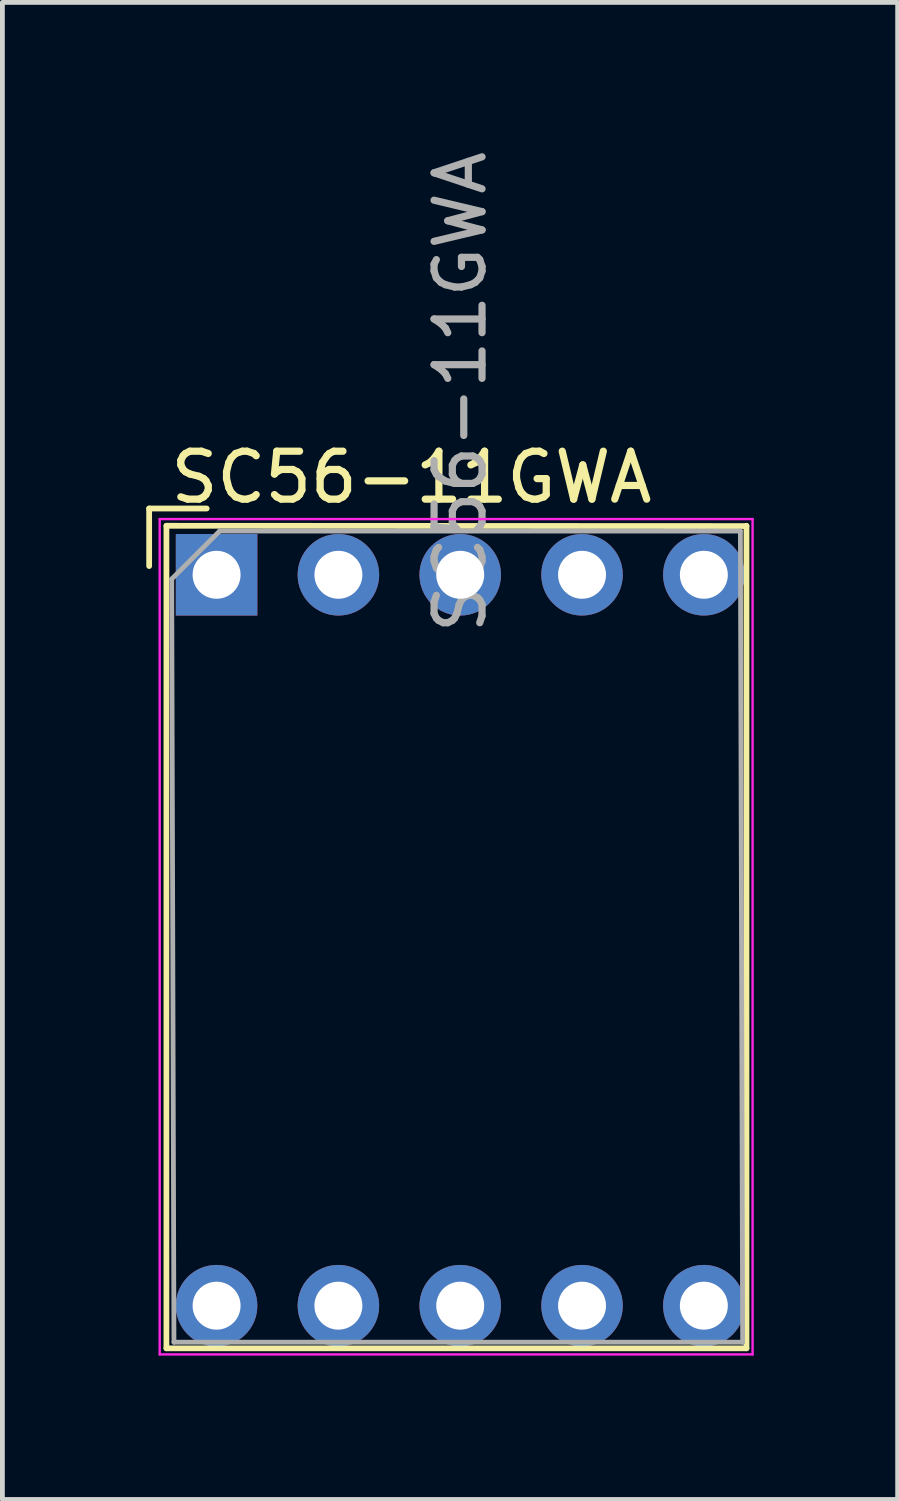
<source format=kicad_pcb>
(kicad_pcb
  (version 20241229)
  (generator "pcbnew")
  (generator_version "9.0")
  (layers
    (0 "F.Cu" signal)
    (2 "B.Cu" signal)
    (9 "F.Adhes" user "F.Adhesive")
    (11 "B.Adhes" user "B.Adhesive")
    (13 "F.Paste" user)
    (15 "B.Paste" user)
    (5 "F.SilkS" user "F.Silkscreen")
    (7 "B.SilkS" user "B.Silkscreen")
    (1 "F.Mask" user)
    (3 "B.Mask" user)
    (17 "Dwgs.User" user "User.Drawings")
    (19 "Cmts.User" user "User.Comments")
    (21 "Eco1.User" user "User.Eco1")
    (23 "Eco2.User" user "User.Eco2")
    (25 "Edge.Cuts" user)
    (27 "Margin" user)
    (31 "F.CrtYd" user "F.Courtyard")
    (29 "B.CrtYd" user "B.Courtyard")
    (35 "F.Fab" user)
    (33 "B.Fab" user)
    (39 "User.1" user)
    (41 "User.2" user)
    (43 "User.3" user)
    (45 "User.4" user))
  (footprint "SC56-11GWA"
    (layer "F.Cu")
    (at 1.466 8.935)
    (property "Reference" "SC56-11GWA" (at 4.064 -2.032 0) (layer "F.SilkS") (effects (font (size 1 1) (thickness 0.15))))
    (attr through_hole)
    (fp_line (start -1.406 -1.382) (end -0.206 -1.382) (stroke (width 0.12) (type solid)) (layer "F.SilkS"))
    (fp_line (start -1.406 -0.182) (end -1.406 -1.382) (stroke (width 0.12) (type solid)) (layer "F.SilkS"))
    (fp_line (start -1.046 -1.022) (end -1.046 16.129) (stroke (width 0.12) (type solid)) (layer "F.SilkS"))
    (fp_line (start -1.046 16.129) (end 11.049 16.129) (stroke (width 0.12) (type solid)) (layer "F.SilkS"))
    (fp_line (start 11.049 -1.016) (end -1.046 -1.022) (stroke (width 0.12) (type solid)) (layer "F.SilkS"))
    (fp_line (start 11.049 16.129) (end 11.049 -1.022) (stroke (width 0.12) (type solid)) (layer "F.SilkS"))
    (fp_line (start -1.186 -1.162) (end 11.176 -1.162) (stroke (width 0.05) (type solid)) (layer "F.CrtYd"))
    (fp_line (start -1.186 16.256) (end -1.186 -1.162) (stroke (width 0.05) (type solid)) (layer "F.CrtYd"))
    (fp_line (start 11.176 -1.162) (end 11.176 16.256) (stroke (width 0.05) (type solid)) (layer "F.CrtYd"))
    (fp_line (start 11.176 16.256) (end -1.186 16.256) (stroke (width 0.05) (type solid)) (layer "F.CrtYd"))
    (fp_line (start -0.936 0.088) (end 0.064 -0.912) (stroke (width 0.1) (type solid)) (layer "F.Fab"))
    (fp_line (start -0.889 16.002) (end -0.936 0.088) (stroke (width 0.1) (type solid)) (layer "F.Fab"))
    (fp_line (start 0.064 -0.912) (end 10.922 -0.912) (stroke (width 0.1) (type solid)) (layer "F.Fab"))
    (fp_line (start 10.922 -0.912) (end 10.969 16.002) (stroke (width 0.1) (type solid)) (layer "F.Fab"))
    (fp_line (start 10.969 16.002) (end -0.889 16.002) (stroke (width 0.1) (type solid)) (layer "F.Fab"))
    (fp_text user "${REFERENCE}" (at 5.08 -3.81 90) (layer "F.Fab") (effects (font (size 1 1) (thickness 0.15))))
    (pad "1" thru_hole rect (at 0 0 90) (size 1.7 1.7) (drill 1) (layers "*.Cu" "*.Mask"))
    (pad "2" thru_hole circle (at 2.54 0 90) (size 1.7 1.7) (drill 1) (layers "*.Cu" "*.Mask"))
    (pad "3" thru_hole circle (at 5.08 0 90) (size 1.7 1.7) (drill 1) (layers "*.Cu" "*.Mask"))
    (pad "4" thru_hole circle (at 7.62 0 90) (size 1.7 1.7) (drill 1) (layers "*.Cu" "*.Mask"))
    (pad "5" thru_hole circle (at 10.16 0 90) (size 1.7 1.7) (drill 1) (layers "*.Cu" "*.Mask"))
    (pad "6" thru_hole circle (at 10.16 15.24 90) (size 1.7 1.7) (drill 1) (layers "*.Cu" "*.Mask"))
    (pad "7" thru_hole circle (at 7.62 15.24 90) (size 1.7 1.7) (drill 1) (layers "*.Cu" "*.Mask"))
    (pad "8" thru_hole circle (at 5.08 15.24 90) (size 1.7 1.7) (drill 1) (layers "*.Cu" "*.Mask"))
    (pad "9" thru_hole circle (at 2.54 15.24 90) (size 1.7 1.7) (drill 1) (layers "*.Cu" "*.Mask"))
    (pad "10" thru_hole circle (at 0 15.24 90) (size 1.7 1.7) (drill 1) (layers "*.Cu" "*.Mask")))
  (gr_rect
    (start -3 -3)
    (end 15.667 28.216)
    (stroke (width 0.1) (type default))
    (fill no)
    (layer "Edge.Cuts")))
</source>
